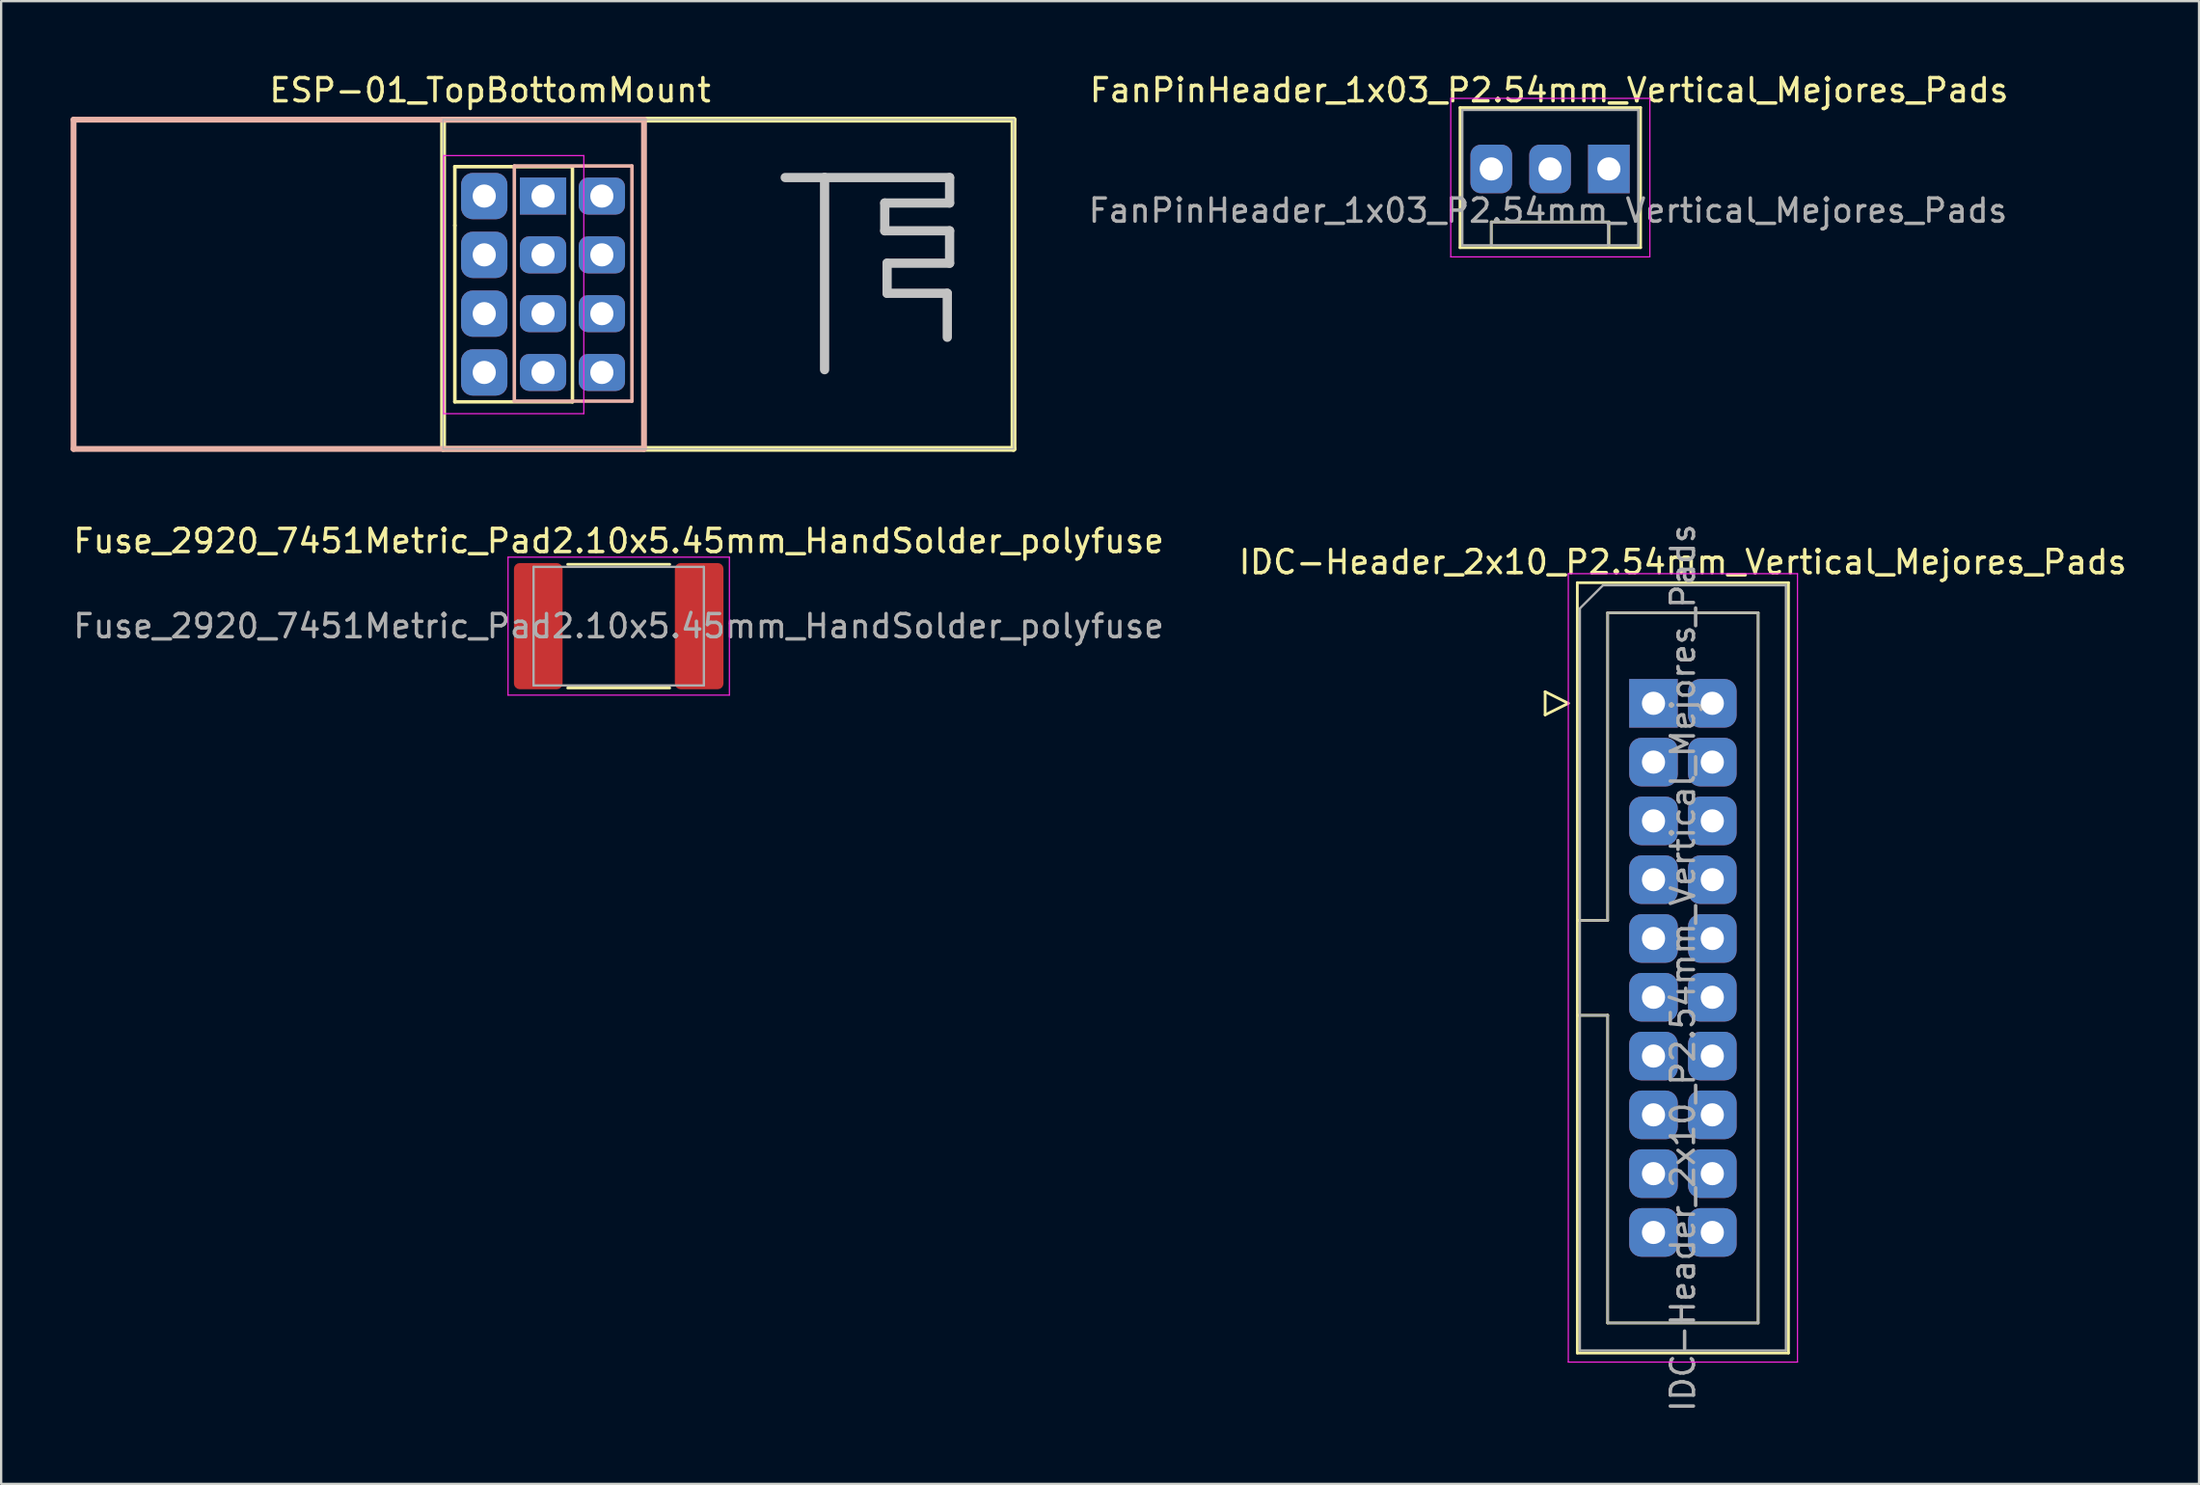
<source format=kicad_pcb>
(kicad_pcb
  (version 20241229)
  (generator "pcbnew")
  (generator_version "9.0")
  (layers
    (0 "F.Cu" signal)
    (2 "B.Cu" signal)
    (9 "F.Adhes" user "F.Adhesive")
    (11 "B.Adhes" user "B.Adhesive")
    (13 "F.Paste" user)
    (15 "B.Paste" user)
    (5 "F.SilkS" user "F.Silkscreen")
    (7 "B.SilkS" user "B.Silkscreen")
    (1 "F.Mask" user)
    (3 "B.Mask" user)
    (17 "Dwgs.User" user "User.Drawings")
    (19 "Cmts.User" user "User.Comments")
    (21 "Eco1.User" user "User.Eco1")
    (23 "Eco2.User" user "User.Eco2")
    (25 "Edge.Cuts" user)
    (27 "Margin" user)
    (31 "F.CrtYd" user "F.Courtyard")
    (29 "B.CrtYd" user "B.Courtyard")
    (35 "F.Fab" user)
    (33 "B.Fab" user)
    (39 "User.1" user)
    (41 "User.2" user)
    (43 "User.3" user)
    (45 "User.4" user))
  (footprint "IDC-Header_2x10_P2.54mm_Vertical_Mejores_Pads"
    (layer "F.Cu")
    (at 68.367 27.333)
    (property "Reference" "IDC-Header_2x10_P2.54mm_Vertical_Mejores_Pads" (at 1.27 -6.1 0) (layer "F.SilkS") (effects (font (size 1 1) (thickness 0.15))))
    (attr through_hole)
    (fp_line (start -4.68 -0.5) (end -4.68 0.5) (stroke (width 0.12) (type solid)) (layer "F.SilkS"))
    (fp_line (start -4.68 0.5) (end -3.68 0) (stroke (width 0.12) (type solid)) (layer "F.SilkS"))
    (fp_line (start -3.68 0) (end -4.68 -0.5) (stroke (width 0.12) (type solid)) (layer "F.SilkS"))
    (fp_line (start -3.29 -5.21) (end 5.83 -5.21) (stroke (width 0.12) (type solid)) (layer "F.SilkS"))
    (fp_line (start -3.29 9.38) (end -1.98 9.38) (stroke (width 0.12) (type solid)) (layer "F.SilkS"))
    (fp_line (start -3.29 28.07) (end -3.29 -5.21) (stroke (width 0.12) (type solid)) (layer "F.SilkS"))
    (fp_line (start -1.98 -3.91) (end 4.52 -3.91) (stroke (width 0.12) (type solid)) (layer "F.SilkS"))
    (fp_line (start -1.98 9.38) (end -1.98 -3.91) (stroke (width 0.12) (type solid)) (layer "F.SilkS"))
    (fp_line (start -1.98 13.48) (end -3.29 13.48) (stroke (width 0.12) (type solid)) (layer "F.SilkS"))
    (fp_line (start -1.98 13.48) (end -1.98 13.48) (stroke (width 0.12) (type solid)) (layer "F.SilkS"))
    (fp_line (start -1.98 26.77) (end -1.98 13.48) (stroke (width 0.12) (type solid)) (layer "F.SilkS"))
    (fp_line (start 4.52 -3.91) (end 4.52 26.77) (stroke (width 0.12) (type solid)) (layer "F.SilkS"))
    (fp_line (start 4.52 26.77) (end -1.98 26.77) (stroke (width 0.12) (type solid)) (layer "F.SilkS"))
    (fp_line (start 5.83 -5.21) (end 5.83 28.07) (stroke (width 0.12) (type solid)) (layer "F.SilkS"))
    (fp_line (start 5.83 28.07) (end -3.29 28.07) (stroke (width 0.12) (type solid)) (layer "F.SilkS"))
    (fp_line (start -3.68 -5.6) (end -3.68 28.46) (stroke (width 0.05) (type solid)) (layer "F.CrtYd"))
    (fp_line (start -3.68 28.46) (end 6.22 28.46) (stroke (width 0.05) (type solid)) (layer "F.CrtYd"))
    (fp_line (start 6.22 -5.6) (end -3.68 -5.6) (stroke (width 0.05) (type solid)) (layer "F.CrtYd"))
    (fp_line (start 6.22 28.46) (end 6.22 -5.6) (stroke (width 0.05) (type solid)) (layer "F.CrtYd"))
    (fp_line (start -3.18 -4.1) (end -2.18 -5.1) (stroke (width 0.1) (type solid)) (layer "F.Fab"))
    (fp_line (start -3.18 9.38) (end -1.98 9.38) (stroke (width 0.1) (type solid)) (layer "F.Fab"))
    (fp_line (start -3.18 27.96) (end -3.18 -4.1) (stroke (width 0.1) (type solid)) (layer "F.Fab"))
    (fp_line (start -2.18 -5.1) (end 5.72 -5.1) (stroke (width 0.1) (type solid)) (layer "F.Fab"))
    (fp_line (start -1.98 -3.91) (end 4.52 -3.91) (stroke (width 0.1) (type solid)) (layer "F.Fab"))
    (fp_line (start -1.98 9.38) (end -1.98 -3.91) (stroke (width 0.1) (type solid)) (layer "F.Fab"))
    (fp_line (start -1.98 13.48) (end -3.18 13.48) (stroke (width 0.1) (type solid)) (layer "F.Fab"))
    (fp_line (start -1.98 13.48) (end -1.98 13.48) (stroke (width 0.1) (type solid)) (layer "F.Fab"))
    (fp_line (start -1.98 26.77) (end -1.98 13.48) (stroke (width 0.1) (type solid)) (layer "F.Fab"))
    (fp_line (start 4.52 -3.91) (end 4.52 26.77) (stroke (width 0.1) (type solid)) (layer "F.Fab"))
    (fp_line (start 4.52 26.77) (end -1.98 26.77) (stroke (width 0.1) (type solid)) (layer "F.Fab"))
    (fp_line (start 5.72 -5.1) (end 5.72 27.96) (stroke (width 0.1) (type solid)) (layer "F.Fab"))
    (fp_line (start 5.72 27.96) (end -3.18 27.96) (stroke (width 0.1) (type solid)) (layer "F.Fab"))
    (fp_text user "${REFERENCE}" (at 1.27 11.43 90) (layer "F.Fab") (effects (font (size 1 1) (thickness 0.15))))
    (pad "1" thru_hole rect (at 0 0) (size 2.1 2.1) (drill 1) (layers "*.Cu" "*.Mask"))
    (pad "2" thru_hole roundrect (at 2.54 0) (size 2.1 2.1) (drill 1) (layers "*.Cu" "*.Mask") (roundrect_rratio 0.25))
    (pad "3" thru_hole roundrect (at 0 2.54) (size 2.1 2.1) (drill 1) (layers "*.Cu" "*.Mask") (roundrect_rratio 0.25))
    (pad "4" thru_hole roundrect (at 2.54 2.54) (size 2.1 2.1) (drill 1) (layers "*.Cu" "*.Mask") (roundrect_rratio 0.25))
    (pad "5" thru_hole roundrect (at 0 5.08) (size 2.1 2.1) (drill 1) (layers "*.Cu" "*.Mask") (roundrect_rratio 0.25))
    (pad "6" thru_hole roundrect (at 2.54 5.08) (size 2.1 2.1) (drill 1) (layers "*.Cu" "*.Mask") (roundrect_rratio 0.25))
    (pad "7" thru_hole roundrect (at 0 7.62) (size 2.1 2.1) (drill 1) (layers "*.Cu" "*.Mask") (roundrect_rratio 0.25))
    (pad "8" thru_hole roundrect (at 2.54 7.62) (size 2.1 2.1) (drill 1) (layers "*.Cu" "*.Mask") (roundrect_rratio 0.25))
    (pad "9" thru_hole roundrect (at 0 10.16) (size 2.1 2.1) (drill 1) (layers "*.Cu" "*.Mask") (roundrect_rratio 0.25))
    (pad "10" thru_hole roundrect (at 2.54 10.16) (size 2.1 2.1) (drill 1) (layers "*.Cu" "*.Mask") (roundrect_rratio 0.25))
    (pad "11" thru_hole roundrect (at 0 12.7) (size 2.1 2.1) (drill 1) (layers "*.Cu" "*.Mask") (roundrect_rratio 0.25))
    (pad "12" thru_hole roundrect (at 2.54 12.7) (size 2.1 2.1) (drill 1) (layers "*.Cu" "*.Mask") (roundrect_rratio 0.25))
    (pad "13" thru_hole roundrect (at 0 15.24) (size 2.1 2.1) (drill 1) (layers "*.Cu" "*.Mask") (roundrect_rratio 0.25))
    (pad "14" thru_hole roundrect (at 2.54 15.24) (size 2.1 2.1) (drill 1) (layers "*.Cu" "*.Mask") (roundrect_rratio 0.25))
    (pad "15" thru_hole roundrect (at 0 17.78) (size 2.1 2.1) (drill 1) (layers "*.Cu" "*.Mask") (roundrect_rratio 0.25))
    (pad "16" thru_hole roundrect (at 2.54 17.78) (size 2.1 2.1) (drill 1) (layers "*.Cu" "*.Mask") (roundrect_rratio 0.25))
    (pad "17" thru_hole roundrect (at 0 20.32) (size 2.1 2.1) (drill 1) (layers "*.Cu" "*.Mask") (roundrect_rratio 0.25))
    (pad "18" thru_hole roundrect (at 2.54 20.32) (size 2.1 2.1) (drill 1) (layers "*.Cu" "*.Mask") (roundrect_rratio 0.25))
    (pad "19" thru_hole roundrect (at 0 22.86) (size 2.1 2.1) (drill 1) (layers "*.Cu" "*.Mask") (roundrect_rratio 0.25))
    (pad "20" thru_hole roundrect (at 2.54 22.86) (size 2.1 2.1) (drill 1) (layers "*.Cu" "*.Mask") (roundrect_rratio 0.25)))
  (footprint "FanPinHeader_1x03_P2.54mm_Vertical_Mejores_Pads"
    (layer "F.Cu")
    (at 61.36 4.248)
    (property "Reference" "FanPinHeader_1x03_P2.54mm_Vertical_Mejores_Pads" (at 2.5 -3.4 0) (layer "F.SilkS") (effects (font (size 1 1) (thickness 0.15))))
    (attr through_hole)
    (fp_line (start -1.35 -2.65) (end 6.45 -2.65) (stroke (width 0.12) (type solid)) (layer "F.SilkS"))
    (fp_line (start -1.35 3.4) (end -1.35 -2.65) (stroke (width 0.12) (type solid)) (layer "F.SilkS"))
    (fp_line (start 0 2.29) (end 5.08 2.29) (stroke (width 0.12) (type solid)) (layer "F.SilkS"))
    (fp_line (start 0 3.3) (end 0 2.29) (stroke (width 0.12) (type solid)) (layer "F.SilkS"))
    (fp_line (start 5.08 2.29) (end 5.08 3.3) (stroke (width 0.12) (type solid)) (layer "F.SilkS"))
    (fp_line (start 6.45 -2.65) (end 6.45 3.4) (stroke (width 0.12) (type solid)) (layer "F.SilkS"))
    (fp_line (start 6.45 3.4) (end -1.35 3.4) (stroke (width 0.12) (type solid)) (layer "F.SilkS"))
    (fp_line (start -1.75 3.8) (end -1.75 -3.05) (stroke (width 0.05) (type solid)) (layer "F.CrtYd"))
    (fp_line (start -1.75 3.8) (end 6.85 3.8) (stroke (width 0.05) (type solid)) (layer "F.CrtYd"))
    (fp_line (start 6.85 -3.05) (end -1.75 -3.05) (stroke (width 0.05) (type solid)) (layer "F.CrtYd"))
    (fp_line (start 6.85 -3.05) (end 6.85 3.8) (stroke (width 0.05) (type solid)) (layer "F.CrtYd"))
    (fp_line (start -1.25 -2.55) (end 6.35 -2.55) (stroke (width 0.1) (type solid)) (layer "F.Fab"))
    (fp_line (start -1.25 3.3) (end -1.25 -2.55) (stroke (width 0.1) (type solid)) (layer "F.Fab"))
    (fp_line (start 0 2.3) (end 0 3.3) (stroke (width 0.1) (type solid)) (layer "F.Fab"))
    (fp_line (start 5.05 2.3) (end 0 2.3) (stroke (width 0.1) (type solid)) (layer "F.Fab"))
    (fp_line (start 5.05 3.3) (end 5.05 2.3) (stroke (width 0.1) (type solid)) (layer "F.Fab"))
    (fp_line (start 6.35 -2.55) (end 6.35 3.3) (stroke (width 0.1) (type solid)) (layer "F.Fab"))
    (fp_line (start 6.35 3.3) (end -1.25 3.3) (stroke (width 0.1) (type solid)) (layer "F.Fab"))
    (fp_text user "${REFERENCE}" (at 2.45 1.8 0) (layer "F.Fab") (effects (font (size 1 1) (thickness 0.15))))
    (pad "1" thru_hole rect (at 5.08 0 90) (size 2.1 1.8) (drill 1) (layers "*.Cu" "*.Mask"))
    (pad "2" thru_hole roundrect (at 2.54 0 90) (size 2.1 1.8) (drill 1) (layers "*.Cu" "*.Mask") (roundrect_rratio 0.25))
    (pad "3" thru_hole roundrect (at 0 0 90) (size 2.1 1.8) (drill 1) (layers "*.Cu" "*.Mask") (roundrect_rratio 0.25)))
  (footprint "Fuse_2920_7451Metric_Pad2.10x5.45mm_HandSolder_polyfuse"
    (layer "F.Cu")
    (at 23.673 24)
    (property "Reference" "Fuse_2920_7451Metric_Pad2.10x5.45mm_HandSolder_polyfuse" (at 0 -3.68 0) (layer "F.SilkS") (effects (font (size 1 1) (thickness 0.15))))
    (attr smd)
    (fp_line (start -2.204 -2.67) (end 2.204 -2.67) (stroke (width 0.12) (type solid)) (layer "F.SilkS"))
    (fp_line (start -2.204 2.67) (end 2.204 2.67) (stroke (width 0.12) (type solid)) (layer "F.SilkS"))
    (fp_line (start -4.78 -2.98) (end 4.78 -2.98) (stroke (width 0.05) (type solid)) (layer "F.CrtYd"))
    (fp_line (start -4.78 2.98) (end -4.78 -2.98) (stroke (width 0.05) (type solid)) (layer "F.CrtYd"))
    (fp_line (start 4.78 -2.98) (end 4.78 2.98) (stroke (width 0.05) (type solid)) (layer "F.CrtYd"))
    (fp_line (start 4.78 2.98) (end -4.78 2.98) (stroke (width 0.05) (type solid)) (layer "F.CrtYd"))
    (fp_line (start -3.678 -2.56) (end 3.678 -2.56) (stroke (width 0.1) (type solid)) (layer "F.Fab"))
    (fp_line (start -3.678 2.56) (end -3.678 -2.56) (stroke (width 0.1) (type solid)) (layer "F.Fab"))
    (fp_line (start 3.678 -2.56) (end 3.678 2.56) (stroke (width 0.1) (type solid)) (layer "F.Fab"))
    (fp_line (start 3.678 2.56) (end -3.678 2.56) (stroke (width 0.1) (type solid)) (layer "F.Fab"))
    (fp_text user "${REFERENCE}" (at 0 0 0) (layer "F.Fab") (effects (font (size 1 1) (thickness 0.15))))
    (pad "1" smd roundrect (at -3.475 0) (size 2.1 5.45) (layers "F.Cu" "F.Mask" "F.Paste") (roundrect_rratio 0.119))
    (pad "2" smd roundrect (at 3.475 0) (size 2.1 5.45) (layers "F.Cu" "F.Mask" "F.Paste") (roundrect_rratio 0.119)))
  (footprint "ESP-01_TopBottomMount"
    (layer "F.Cu")
    (at 17.865 5.42)
    (property "Reference" "ESP-01_TopBottomMount" (at 0.254 -4.572 0) (layer "F.SilkS") (effects (font (size 1 1) (thickness 0.15))))
    (attr through_hole)
    (fp_line (start -1.778 -3.302) (end 22.86 -3.302) (stroke (width 0.254) (type solid)) (layer "F.SilkS"))
    (fp_line (start -1.778 10.922) (end -1.778 -3.302) (stroke (width 0.254) (type solid)) (layer "F.SilkS"))
    (fp_line (start -1.27 -1.27) (end -1.27 1.27) (stroke (width 0.152) (type solid)) (layer "F.SilkS"))
    (fp_line (start -1.27 1.27) (end -1.27 8.89) (stroke (width 0.152) (type solid)) (layer "F.SilkS"))
    (fp_line (start -1.27 8.89) (end 3.81 8.89) (stroke (width 0.152) (type solid)) (layer "F.SilkS"))
    (fp_line (start 1.27 -1.27) (end -1.27 -1.27) (stroke (width 0.152) (type solid)) (layer "F.SilkS"))
    (fp_line (start 3.81 -1.27) (end 1.27 -1.27) (stroke (width 0.152) (type solid)) (layer "F.SilkS"))
    (fp_line (start 3.81 8.89) (end 3.81 -1.27) (stroke (width 0.152) (type solid)) (layer "F.SilkS"))
    (fp_line (start 22.86 -3.302) (end 22.86 10.922) (stroke (width 0.254) (type solid)) (layer "F.SilkS"))
    (fp_line (start 22.86 10.922) (end -1.778 10.922) (stroke (width 0.254) (type solid)) (layer "F.SilkS"))
    (fp_line (start -17.738 -3.3) (end 6.9 -3.3) (stroke (width 0.254) (type solid)) (layer "B.SilkS"))
    (fp_line (start -17.738 10.924) (end -17.738 -3.3) (stroke (width 0.254) (type solid)) (layer "B.SilkS"))
    (fp_line (start 1.3 -1.3) (end 1.3 8.86) (stroke (width 0.152) (type solid)) (layer "B.SilkS"))
    (fp_line (start 1.3 8.86) (end 6.38 8.86) (stroke (width 0.152) (type solid)) (layer "B.SilkS"))
    (fp_line (start 6.38 -1.3) (end 1.3 -1.3) (stroke (width 0.152) (type solid)) (layer "B.SilkS"))
    (fp_line (start 6.38 8.86) (end 6.38 -1.3) (stroke (width 0.152) (type solid)) (layer "B.SilkS"))
    (fp_line (start 6.9 -3.3) (end 6.9 10.924) (stroke (width 0.254) (type solid)) (layer "B.SilkS"))
    (fp_line (start 6.9 10.924) (end -17.738 10.924) (stroke (width 0.254) (type solid)) (layer "B.SilkS"))
    (fp_line (start 14.7 -0.8) (end 13 -0.8) (stroke (width 0.4) (type solid)) (layer "Dwgs.User"))
    (fp_line (start 14.7 -0.8) (end 20.1 -0.8) (stroke (width 0.4) (type solid)) (layer "Dwgs.User"))
    (fp_line (start 14.7 7.5) (end 14.7 -0.8) (stroke (width 0.4) (type solid)) (layer "Dwgs.User"))
    (fp_line (start 17.3 0.3) (end 17.3 1.5) (stroke (width 0.4) (type solid)) (layer "Dwgs.User"))
    (fp_line (start 17.3 1.5) (end 20.1 1.5) (stroke (width 0.4) (type solid)) (layer "Dwgs.User"))
    (fp_line (start 17.4 2.9) (end 17.4 4.2) (stroke (width 0.4) (type solid)) (layer "Dwgs.User"))
    (fp_line (start 17.4 4.2) (end 20 4.2) (stroke (width 0.4) (type solid)) (layer "Dwgs.User"))
    (fp_line (start 20 4.2) (end 20 6.1) (stroke (width 0.4) (type solid)) (layer "Dwgs.User"))
    (fp_line (start 20.1 -0.8) (end 20.1 0.3) (stroke (width 0.4) (type solid)) (layer "Dwgs.User"))
    (fp_line (start 20.1 0.3) (end 17.3 0.3) (stroke (width 0.4) (type solid)) (layer "Dwgs.User"))
    (fp_line (start 20.1 1.5) (end 20.1 2.9) (stroke (width 0.4) (type solid)) (layer "Dwgs.User"))
    (fp_line (start 20.1 2.9) (end 17.4 2.9) (stroke (width 0.4) (type solid)) (layer "Dwgs.User"))
    (fp_line (start -1.75 -1.75) (end -1.75 9.4) (stroke (width 0.05) (type solid)) (layer "F.CrtYd"))
    (fp_line (start -1.75 -1.75) (end 4.3 -1.75) (stroke (width 0.05) (type solid)) (layer "F.CrtYd"))
    (fp_line (start -1.75 9.4) (end 4.3 9.4) (stroke (width 0.05) (type solid)) (layer "F.CrtYd"))
    (fp_line (start 4.3 -1.75) (end 4.3 9.4) (stroke (width 0.05) (type solid)) (layer "F.CrtYd"))
    (fp_line (start -1.778 -3.302) (end 22.86 -3.302) (stroke (width 0.05) (type solid)) (layer "F.Fab"))
    (fp_line (start -1.778 10.922) (end -1.778 -3.302) (stroke (width 0.05) (type solid)) (layer "F.Fab"))
    (fp_line (start 22.86 -3.302) (end 22.86 10.922) (stroke (width 0.05) (type solid)) (layer "F.Fab"))
    (fp_line (start 22.86 10.922) (end -1.778 10.922) (stroke (width 0.05) (type solid)) (layer "F.Fab"))
    (pad "0" thru_hole roundrect (at 2.54 5.08) (size 2 1.6) (drill 1) (layers "*.Cu" "*.Mask") (roundrect_rratio 0.25))
    (pad "1" thru_hole roundrect (at 0 0) (size 2 2) (drill 1) (layers "*.Cu" "*.Mask") (roundrect_rratio 0.25))
    (pad "1" thru_hole roundrect (at 5.08 0) (size 2 1.6) (drill 1) (layers "*.Cu" "*.Mask") (roundrect_rratio 0.25))
    (pad "2" thru_hole roundrect (at 2.54 2.54) (size 2 1.6) (drill 1) (layers "*.Cu" "*.Mask") (roundrect_rratio 0.25))
    (pad "3" thru_hole roundrect (at 2.54 7.62) (size 2 1.6) (drill 1) (layers "*.Cu" "*.Mask") (roundrect_rratio 0.25))
    (pad "10" thru_hole rect (at 2.54 0) (size 2 1.6) (drill 1) (layers "*.Cu" "*.Mask"))
    (pad "11" thru_hole roundrect (at 0 7.62) (size 2 2) (drill 1) (layers "*.Cu" "*.Mask") (roundrect_rratio 0.25))
    (pad "11" thru_hole roundrect (at 5.08 7.62) (size 2 1.6) (drill 1) (layers "*.Cu" "*.Mask") (roundrect_rratio 0.25))
    (pad "12" thru_hole roundrect (at 0 2.54) (size 2 2) (drill 1) (layers "*.Cu" "*.Mask") (roundrect_rratio 0.25))
    (pad "12" thru_hole roundrect (at 5.08 2.54) (size 2 1.6) (drill 1) (layers "*.Cu" "*.Mask") (roundrect_rratio 0.25))
    (pad "13" thru_hole roundrect (at 0 5.08) (size 2 2) (drill 1) (layers "*.Cu" "*.Mask") (roundrect_rratio 0.25))
    (pad "13" thru_hole roundrect (at 5.08 5.08) (size 2 1.6) (drill 1) (layers "*.Cu" "*.Mask") (roundrect_rratio 0.25)))
  (gr_rect
    (start -3 -3)
    (end 91.929 61.055)
    (stroke (width 0.1) (type default))
    (fill no)
    (layer "Edge.Cuts")))
</source>
